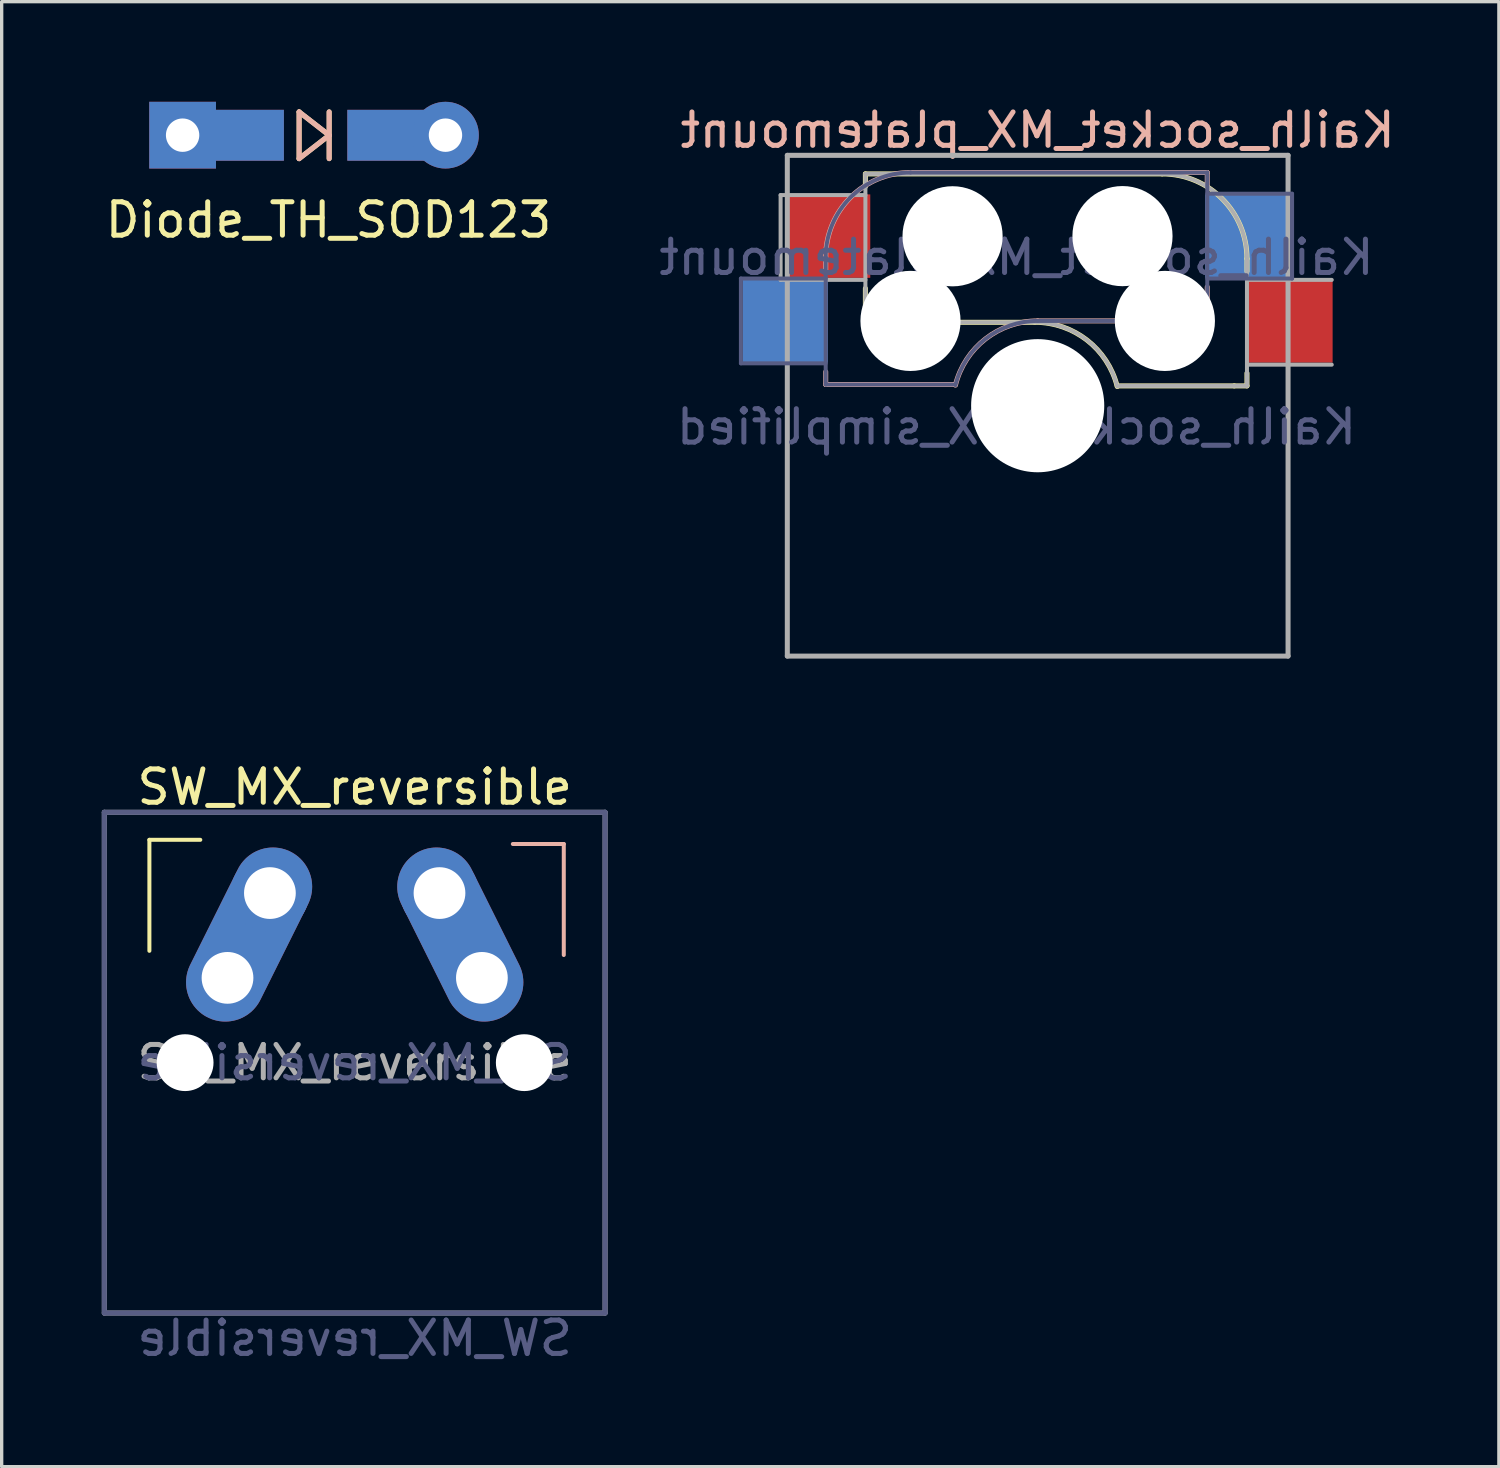
<source format=kicad_pcb>
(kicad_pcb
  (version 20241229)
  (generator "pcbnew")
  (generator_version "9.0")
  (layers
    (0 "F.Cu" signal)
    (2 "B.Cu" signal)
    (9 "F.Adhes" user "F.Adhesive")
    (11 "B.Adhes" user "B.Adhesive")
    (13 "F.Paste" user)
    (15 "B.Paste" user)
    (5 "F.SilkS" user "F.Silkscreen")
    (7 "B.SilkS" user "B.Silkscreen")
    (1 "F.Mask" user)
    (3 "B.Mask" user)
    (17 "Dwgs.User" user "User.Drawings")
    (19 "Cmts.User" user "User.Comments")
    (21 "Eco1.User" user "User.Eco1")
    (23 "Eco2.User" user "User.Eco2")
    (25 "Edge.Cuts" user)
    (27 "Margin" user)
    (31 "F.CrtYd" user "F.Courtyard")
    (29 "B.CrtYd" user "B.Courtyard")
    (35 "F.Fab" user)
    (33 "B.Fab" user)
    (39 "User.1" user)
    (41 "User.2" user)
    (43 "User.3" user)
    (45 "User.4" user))
  (footprint "SW_MX_reversible"
    (layer "F.Cu")
    (at 7.575 28.782)
    (property "Reference" "SW_MX_reversible" (at 0 -8.255 0) (layer "F.SilkS") (effects (font (size 1 1) (thickness 0.15))))
    (property "Value" "SW_MX_reversible" (at 0 8.255 0) (layer "F.Fab") (hide yes) (effects (font (size 1 1) (thickness 0.15))))
    (attr through_hole)
    (fp_line (start -6.15 -6.675) (end -6.15 -3.35) (stroke (width 0.12) (type solid)) (layer "F.SilkS"))
    (fp_line (start -6.15 -6.675) (end -4.625 -6.675) (stroke (width 0.12) (type solid)) (layer "F.SilkS"))
    (fp_line (start 6.263 -6.55) (end 4.737 -6.55) (stroke (width 0.12) (type solid)) (layer "B.SilkS"))
    (fp_line (start 6.263 -6.55) (end 6.263 -3.225) (stroke (width 0.12) (type solid)) (layer "B.SilkS"))
    (fp_line (start -6.9 6.9) (end -6.9 -6.9) (stroke (width 0.15) (type solid)) (layer "Eco2.User"))
    (fp_line (start -6.9 6.9) (end 6.9 6.9) (stroke (width 0.15) (type solid)) (layer "Eco2.User"))
    (fp_line (start 6.9 -6.9) (end -6.9 -6.9) (stroke (width 0.15) (type solid)) (layer "Eco2.User"))
    (fp_line (start 6.9 -6.9) (end 6.9 6.9) (stroke (width 0.15) (type solid)) (layer "Eco2.User"))
    (fp_line (start -7.5 -7.5) (end 7.5 -7.5) (stroke (width 0.15) (type solid)) (layer "B.Fab"))
    (fp_line (start -7.5 7.5) (end -7.5 -7.5) (stroke (width 0.15) (type solid)) (layer "B.Fab"))
    (fp_line (start 7.5 -7.5) (end 7.5 7.5) (stroke (width 0.15) (type solid)) (layer "B.Fab"))
    (fp_line (start 7.5 7.5) (end -7.5 7.5) (stroke (width 0.15) (type solid)) (layer "B.Fab"))
    (fp_line (start -7.5 -7.5) (end 7.5 -7.5) (stroke (width 0.15) (type solid)) (layer "F.Fab"))
    (fp_line (start -7.5 7.5) (end -7.5 -7.5) (stroke (width 0.15) (type solid)) (layer "F.Fab"))
    (fp_line (start 7.5 -7.5) (end 7.5 7.5) (stroke (width 0.15) (type solid)) (layer "F.Fab"))
    (fp_line (start 7.5 7.5) (end -7.5 7.5) (stroke (width 0.15) (type solid)) (layer "F.Fab"))
    (fp_text user "${VALUE}" (at 0 8.255 0) (layer "B.Fab") (effects (font (size 1 1) (thickness 0.15)) (justify mirror)))
    (fp_text user "${REFERENCE}" (at 0 0 0) (layer "B.Fab") (effects (font (size 1 1) (thickness 0.15)) (justify mirror)))
    (fp_text user "${REFERENCE}" (at 0 0 0) (layer "F.Fab") (effects (font (size 1 1) (thickness 0.15))))
    (pad "" np_thru_hole circle (at -5.08 0) (size 1.702 1.702) (drill 1.702) (layers "*.Cu" "*.Mask"))
    (pad "" np_thru_hole circle (at 5.08 0) (size 1.702 1.702) (drill 1.702) (layers "*.Cu" "*.Mask"))
    (pad "1" thru_hole oval (at -3.81 -2.54 333.5) (size 2.35 5.55) (drill 1.55 (offset 0 -1.45)) (layers "*.Cu" "*.Mask") (remove_unused_layers yes) (keep_end_layers yes) (zone_layer_connections))
    (pad "1" thru_hole circle (at -2.54 -5.08) (size 2.35 2.35) (drill 1.55) (layers "*.Cu" "*.Mask") (remove_unused_layers yes) (keep_end_layers yes) (zone_layer_connections))
    (pad "2" thru_hole circle (at 2.54 -5.08) (size 2.35 2.35) (drill 1.55) (layers "*.Cu" "*.Mask"))
    (pad "2" thru_hole oval (at 3.81 -2.54 26.5) (size 2.35 5.55) (drill 1.55 (offset 0 -1.45)) (layers "*.Cu" "*.Mask") (remove_unused_layers yes) (keep_end_layers yes) (zone_layer_connections)))
  (footprint "Kailh_socket_MX_platemount"
    (layer "F.Cu")
    (at 28.034 9.103)
    (property "Reference" "Kailh_socket_MX_platemount" (at 0 -8.255 0) (layer "B.SilkS") (effects (font (size 1 1) (thickness 0.15)) (justify mirror)))
    (property "Value" "Kailh_socket_MX_simplified" (at 0 8.255 0) (layer "F.Fab") (hide yes) (effects (font (size 1 1) (thickness 0.15))))
    (attr smd)
    (fp_line (start -5.161 -6.944) (end -5.161 -6.563) (stroke (width 0.15) (type solid)) (layer "F.SilkS"))
    (fp_line (start -5.161 -3.515) (end -5.161 -2.499) (stroke (width 0.15) (type solid)) (layer "F.SilkS"))
    (fp_line (start -5.161 -2.499) (end -0.081 -2.499) (stroke (width 0.15) (type solid)) (layer "F.SilkS"))
    (fp_line (start 2.383 -0.594) (end 5.888 -0.594) (stroke (width 0.15) (type solid)) (layer "F.SilkS"))
    (fp_line (start 3.729 -6.944) (end -5.161 -6.944) (stroke (width 0.15) (type solid)) (layer "F.SilkS"))
    (fp_line (start 5.888 -0.594) (end 6.269 -0.594) (stroke (width 0.15) (type solid)) (layer "F.SilkS"))
    (fp_line (start 6.269 -4.404) (end 6.269 -4.023) (stroke (width 0.15) (type solid)) (layer "F.SilkS"))
    (fp_line (start 6.269 -0.975) (end 6.269 -0.594) (stroke (width 0.15) (type solid)) (layer "F.SilkS"))
    (fp_arc (start -0.081051 -2.498949) (mid 1.482096 -1.960991) (end 2.383111 -0.574989) (stroke (width 0.15) (type solid)) (layer "F.SilkS"))
    (fp_arc (start 3.728949 -6.943949) (mid 5.525 -6.2) (end 6.268949 -4.403949) (stroke (width 0.15) (type solid)) (layer "F.SilkS"))
    (fp_line (start -6.35 -4.445) (end -6.35 -4.064) (stroke (width 0.15) (type solid)) (layer "B.SilkS"))
    (fp_line (start -6.35 -1.016) (end -6.35 -0.635) (stroke (width 0.15) (type solid)) (layer "B.SilkS"))
    (fp_line (start -5.969 -0.635) (end -6.35 -0.635) (stroke (width 0.15) (type solid)) (layer "B.SilkS"))
    (fp_line (start -3.81 -6.985) (end 5.08 -6.985) (stroke (width 0.15) (type solid)) (layer "B.SilkS"))
    (fp_line (start -2.464 -0.635) (end -5.969 -0.635) (stroke (width 0.15) (type solid)) (layer "B.SilkS"))
    (fp_line (start 5.08 -6.985) (end 5.08 -6.604) (stroke (width 0.15) (type solid)) (layer "B.SilkS"))
    (fp_line (start 5.08 -3.556) (end 5.08 -2.54) (stroke (width 0.15) (type solid)) (layer "B.SilkS"))
    (fp_line (start 5.08 -2.54) (end 0 -2.54) (stroke (width 0.15) (type solid)) (layer "B.SilkS"))
    (fp_arc (start -6.35 -4.445) (mid -5.606051 -6.241051) (end -3.81 -6.985) (stroke (width 0.15) (type solid)) (layer "B.SilkS"))
    (fp_arc (start -2.464162 -0.61604) (mid -1.563147 -2.002042) (end 0 -2.54) (stroke (width 0.15) (type solid)) (layer "B.SilkS"))
    (fp_line (start -6.9 6.9) (end -6.9 -6.9) (stroke (width 0.15) (type solid)) (layer "Eco2.User"))
    (fp_line (start -6.9 6.9) (end 6.9 6.9) (stroke (width 0.15) (type solid)) (layer "Eco2.User"))
    (fp_line (start 6.9 -6.9) (end -6.9 -6.9) (stroke (width 0.15) (type solid)) (layer "Eco2.User"))
    (fp_line (start 6.9 -6.9) (end 6.9 6.9) (stroke (width 0.15) (type solid)) (layer "Eco2.User"))
    (fp_line (start -8.89 -3.81) (end -6.35 -3.81) (stroke (width 0.12) (type solid)) (layer "B.Fab"))
    (fp_line (start -8.89 -1.27) (end -8.89 -3.81) (stroke (width 0.12) (type solid)) (layer "B.Fab"))
    (fp_line (start -6.35 -1.27) (end -8.89 -1.27) (stroke (width 0.12) (type solid)) (layer "B.Fab"))
    (fp_line (start -6.35 -0.635) (end -6.35 -4.445) (stroke (width 0.12) (type solid)) (layer "B.Fab"))
    (fp_line (start -6.35 -0.635) (end -2.54 -0.635) (stroke (width 0.12) (type solid)) (layer "B.Fab"))
    (fp_line (start -3.81 -6.985) (end 5.08 -6.985) (stroke (width 0.12) (type solid)) (layer "B.Fab"))
    (fp_line (start 5.08 -6.985) (end 5.08 -2.54) (stroke (width 0.12) (type solid)) (layer "B.Fab"))
    (fp_line (start 5.08 -6.35) (end 7.62 -6.35) (stroke (width 0.12) (type solid)) (layer "B.Fab"))
    (fp_line (start 5.08 -2.54) (end 0 -2.54) (stroke (width 0.12) (type solid)) (layer "B.Fab"))
    (fp_line (start 7.62 -6.35) (end 7.62 -3.81) (stroke (width 0.12) (type solid)) (layer "B.Fab"))
    (fp_line (start 7.62 -3.81) (end 5.08 -3.81) (stroke (width 0.12) (type solid)) (layer "B.Fab"))
    (fp_arc (start -6.35 -4.445) (mid -5.606051 -6.241051) (end -3.81 -6.985) (stroke (width 0.12) (type solid)) (layer "B.Fab"))
    (fp_arc (start -2.464162 -0.61604) (mid -1.563147 -2.002042) (end 0 -2.54) (stroke (width 0.12) (type solid)) (layer "B.Fab"))
    (fp_line (start -7.701 -6.309) (end -7.701 -3.769) (stroke (width 0.12) (type solid)) (layer "F.Fab"))
    (fp_line (start -7.701 -3.769) (end -5.161 -3.769) (stroke (width 0.12) (type solid)) (layer "F.Fab"))
    (fp_line (start -7.5 -7.5) (end 7.5 -7.5) (stroke (width 0.15) (type solid)) (layer "F.Fab"))
    (fp_line (start -7.5 7.5) (end -7.5 -7.5) (stroke (width 0.15) (type solid)) (layer "F.Fab"))
    (fp_line (start -5.161 -6.944) (end -5.161 -2.499) (stroke (width 0.12) (type solid)) (layer "F.Fab"))
    (fp_line (start -5.161 -6.309) (end -7.701 -6.309) (stroke (width 0.12) (type solid)) (layer "F.Fab"))
    (fp_line (start -5.161 -2.499) (end -0.081 -2.499) (stroke (width 0.12) (type solid)) (layer "F.Fab"))
    (fp_line (start 3.729 -6.944) (end -5.161 -6.944) (stroke (width 0.12) (type solid)) (layer "F.Fab"))
    (fp_line (start 6.269 -1.229) (end 8.809 -1.229) (stroke (width 0.12) (type solid)) (layer "F.Fab"))
    (fp_line (start 6.269 -0.594) (end 2.459 -0.594) (stroke (width 0.12) (type solid)) (layer "F.Fab"))
    (fp_line (start 6.269 -0.594) (end 6.269 -4.404) (stroke (width 0.12) (type solid)) (layer "F.Fab"))
    (fp_line (start 7.5 -7.5) (end 7.5 7.5) (stroke (width 0.15) (type solid)) (layer "F.Fab"))
    (fp_line (start 7.5 7.5) (end -7.5 7.5) (stroke (width 0.15) (type solid)) (layer "F.Fab"))
    (fp_line (start 8.809 -3.769) (end 6.269 -3.769) (stroke (width 0.12) (type solid)) (layer "F.Fab"))
    (fp_arc (start -0.081051 -2.498949) (mid 1.482096 -1.960991) (end 2.383111 -0.574989) (stroke (width 0.12) (type solid)) (layer "F.Fab"))
    (fp_arc (start 3.728949 -6.943949) (mid 5.525 -6.2) (end 6.268949 -4.403949) (stroke (width 0.12) (type solid)) (layer "F.Fab"))
    (fp_text user "${REFERENCE}" (at -0.635 -4.445 0) (layer "B.Fab") (effects (font (size 1 1) (thickness 0.15)) (justify mirror)))
    (fp_text user "${VALUE}" (at -0.635 0.635 0) (layer "B.Fab") (effects (font (size 1 1) (thickness 0.15)) (justify mirror)))
    (pad "" np_thru_hole circle (at -3.81 -2.54) (size 3 3) (drill 3) (layers "*.Cu" "*.Mask"))
    (pad "" np_thru_hole circle (at -2.55 -5.075) (size 3 3) (drill 3) (layers "*.Cu" "*.Mask"))
    (pad "" np_thru_hole circle (at 0 0) (size 3.988 3.988) (drill 3.988) (layers "*.Cu" "*.Mask"))
    (pad "" np_thru_hole circle (at 2.54 -5.08) (size 3 3) (drill 3) (layers "*.Cu" "*.Mask"))
    (pad "" np_thru_hole circle (at 3.81 -2.54) (size 3 3) (drill 3) (layers "*.Cu" "*.Mask"))
    (pad "1" smd rect (at -7.56 -2.54) (size 2.55 2.5) (layers "B.Cu" "B.Mask" "B.Paste"))
    (pad "1" smd rect (at -6.29 -5.08) (size 2.55 2.5) (layers "F.Cu" "F.Mask" "F.Paste"))
    (pad "2" smd rect (at 6.29 -5.08) (size 2.55 2.5) (layers "B.Cu" "B.Mask" "B.Paste"))
    (pad "2" smd rect (at 7.56 -2.54) (size 2.55 2.5) (layers "F.Cu" "F.Mask" "F.Paste")))
  (footprint "Diode_TH_SOD123"
    (layer "F.Cu")
    (at 1.404 1.002)
    (property "Reference" "Diode_TH_SOD123" (at 5.387 2.537 0) (layer "F.SilkS") (effects (font (size 1 1) (thickness 0.15))))
    (attr through_hole)
    (fp_line (start 4.506 -0.7) (end 5.406 0) (stroke (width 0.15) (type solid)) (layer "F.SilkS"))
    (fp_line (start 4.506 0.7) (end 4.506 -0.7) (stroke (width 0.15) (type solid)) (layer "F.SilkS"))
    (fp_line (start 5.406 0) (end 4.506 0.7) (stroke (width 0.15) (type solid)) (layer "F.SilkS"))
    (fp_line (start 5.406 0.7) (end 5.406 -0.7) (stroke (width 0.15) (type solid)) (layer "F.SilkS"))
    (fp_line (start 4.506 -0.7) (end 5.406 0) (stroke (width 0.15) (type solid)) (layer "B.SilkS"))
    (fp_line (start 4.506 0.7) (end 4.506 -0.7) (stroke (width 0.15) (type solid)) (layer "B.SilkS"))
    (fp_line (start 5.406 0) (end 4.506 0.7) (stroke (width 0.15) (type solid)) (layer "B.SilkS"))
    (fp_line (start 5.406 0.7) (end 5.406 -0.7) (stroke (width 0.15) (type solid)) (layer "B.SilkS"))
    (pad "1" thru_hole rect (at 1.016 -0.003 180) (size 1.999 1.999) (drill 1) (layers "*.Cu" "*.Mask"))
    (pad "1" smd rect (at 2.9 0) (size 2.3 1.524) (layers "F.Cu" "F.Mask" "F.Paste"))
    (pad "1" smd rect (at 2.9 0) (size 2.3 1.524) (layers "B.Cu" "B.Mask" "B.Paste"))
    (pad "2" smd rect (at 7.1 0) (size 2.3 1.524) (layers "F.Cu" "F.Mask" "F.Paste"))
    (pad "2" smd rect (at 7.1 0) (size 2.3 1.524) (layers "B.Cu" "B.Mask" "B.Paste"))
    (pad "2" thru_hole circle (at 8.89 -0.003 180) (size 1.999 1.999) (drill 1) (layers "*.Cu" "*.Mask")))
  (gr_rect
    (start -3 -3)
    (end 41.849 40.885)
    (stroke (width 0.1) (type default))
    (fill no)
    (layer "Edge.Cuts")))
</source>
